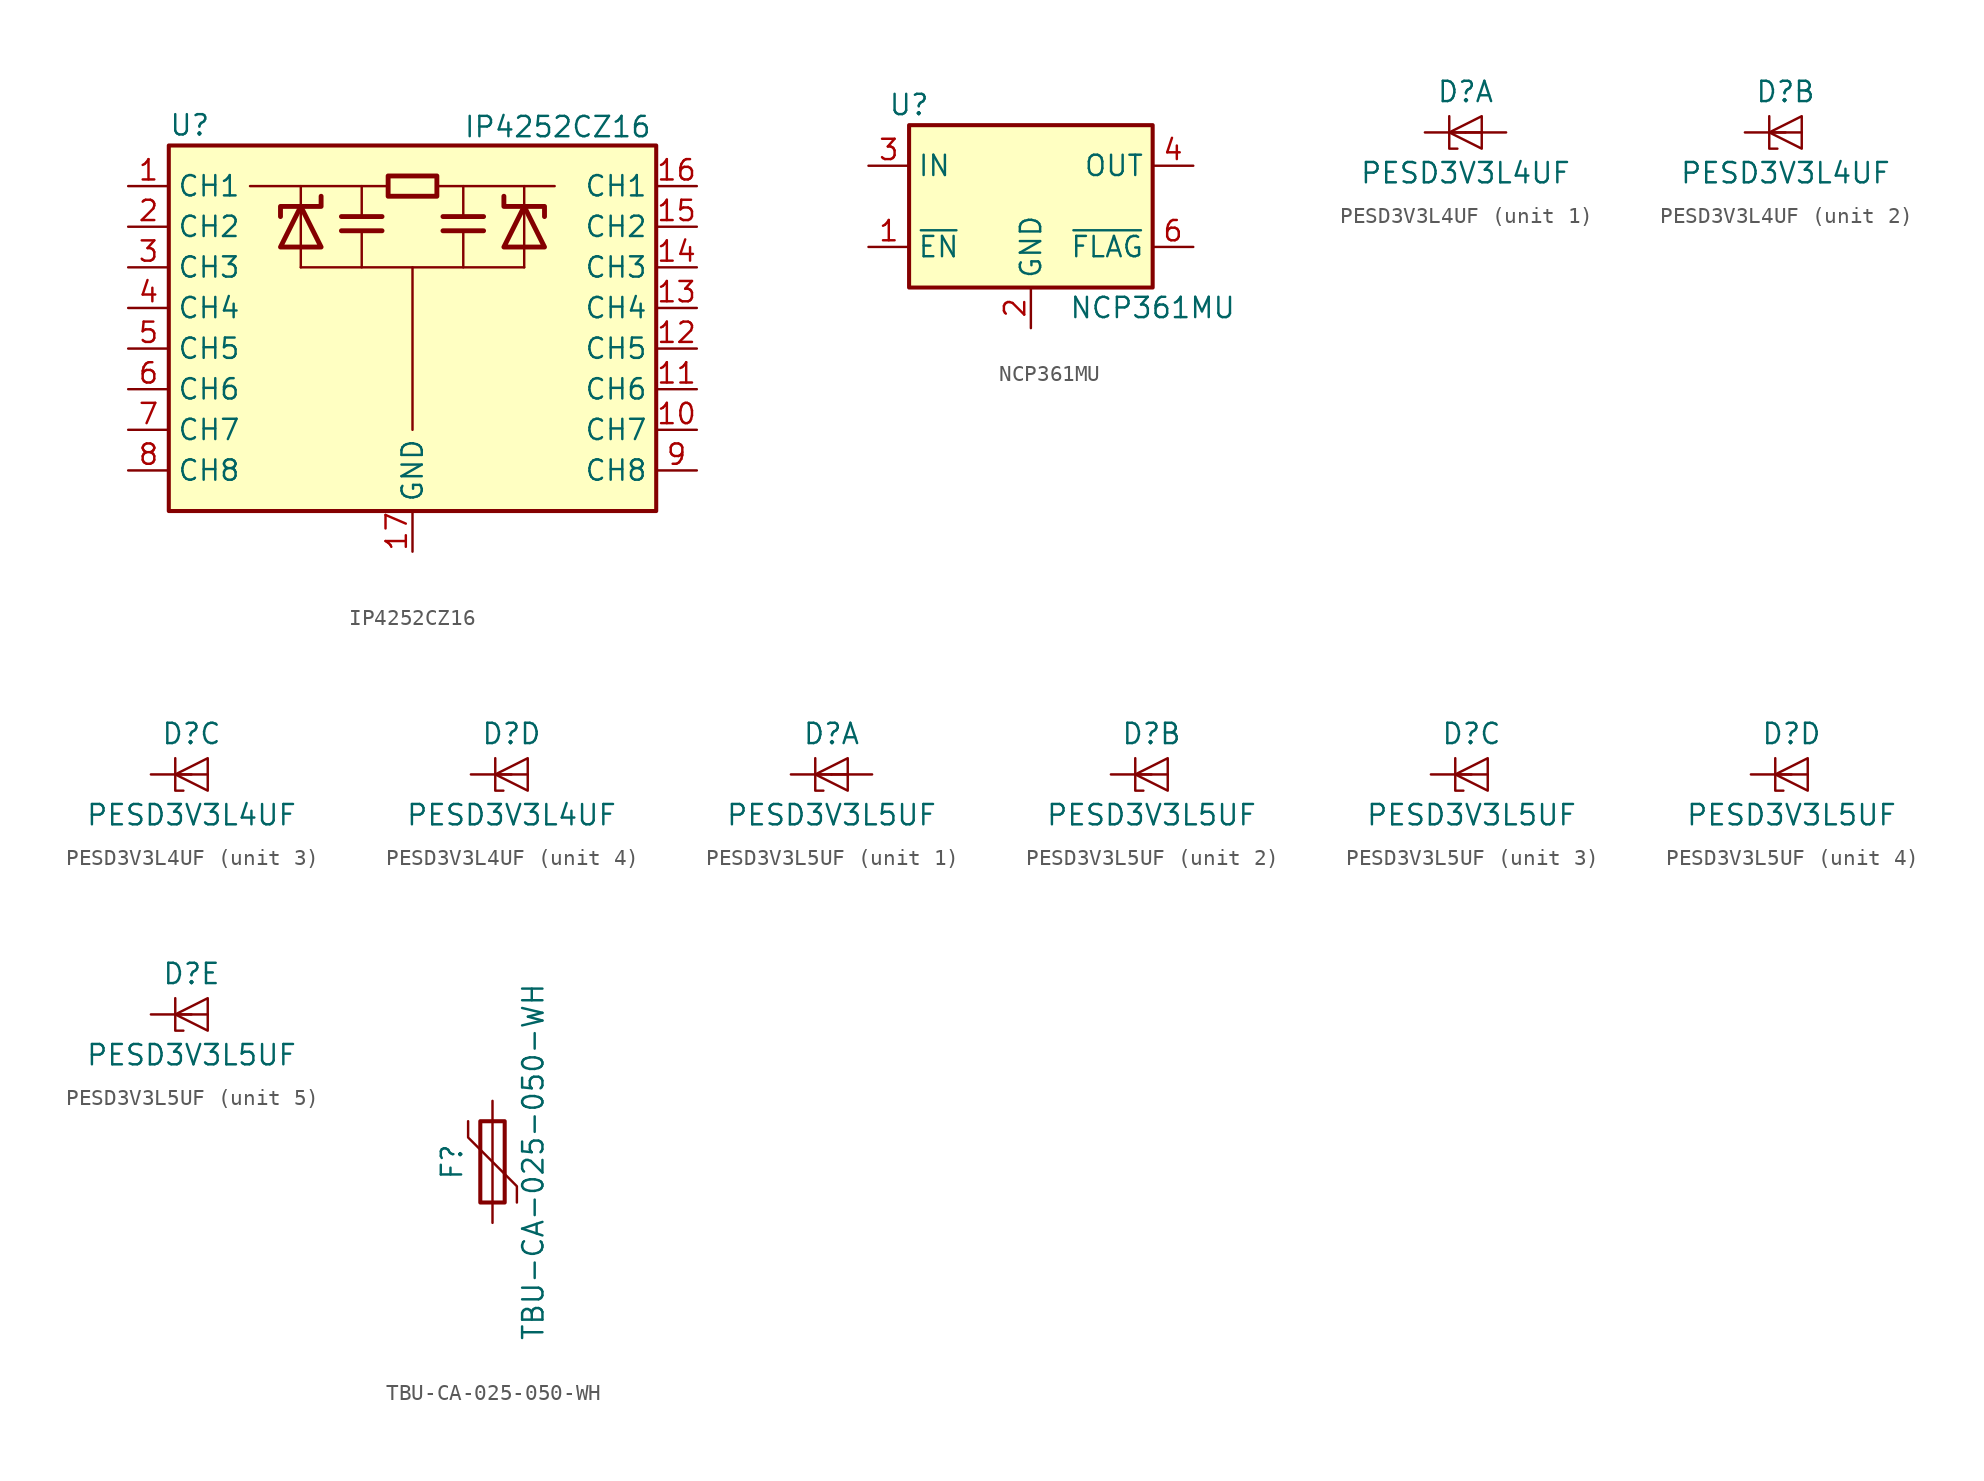
<source format=kicad_sym>
(kicad_symbol_lib
  (version 20241209)
  (generator "kicad_symbol_editor")
  (generator_version "9.0")
  (symbol "IP4252CZ16"
    (property "Reference" "U"
      (at -15.24 13.97 0)
      (effects (font (size 1.27 1.27)) (justify left)))
    (property "Value" "IP4252CZ16"
      (at 3.175 14.605 0)
      (effects (font (size 1.27 1.27)) (justify left top)))
    (symbol "IP4252CZ16_0_1"
      (rectangle (start -15.24 12.7) (end 15.24 -10.16) (stroke (width 0.254) (type default)) (fill (type background)))
      (polyline (pts (xy -6.985 8.89) (xy -6.985 10.16)) (stroke (width 0) (type default)) (fill (type none)))
      (polyline (pts (xy -6.985 6.35) (xy -6.985 8.89) (xy -6.985 5.08)) (stroke (width 0) (type default)) (fill (type none)))
      (polyline (pts (xy -6.985 5.08) (xy 6.985 5.08)) (stroke (width 0) (type default)) (fill (type none)))
      (polyline (pts (xy -3.175 10.16) (xy -3.175 8.255)) (stroke (width 0) (type default)) (fill (type none)))
      (polyline (pts (xy -3.175 7.366) (xy -3.175 5.08)) (stroke (width 0) (type default)) (fill (type none)))
      (polyline (pts (xy -1.524 10.16) (xy -10.16 10.16)) (stroke (width 0) (type default)) (fill (type none)))
      (polyline (pts (xy 0 5.08) (xy 0 -5.08)) (stroke (width 0) (type default)) (fill (type none)))
      (polyline (pts (xy 1.524 10.16) (xy 8.89 10.16)) (stroke (width 0) (type default)) (fill (type none)))
      (polyline (pts (xy 3.175 10.16) (xy 3.175 8.255)) (stroke (width 0) (type default)) (fill (type none)))
      (polyline (pts (xy 3.175 7.366) (xy 3.175 5.08)) (stroke (width 0) (type default)) (fill (type none)))
      (polyline (pts (xy 6.985 8.89) (xy 6.985 10.16)) (stroke (width 0) (type default)) (fill (type none)))
      (polyline (pts (xy 6.985 6.35) (xy 6.985 8.89) (xy 6.985 5.08)) (stroke (width 0) (type default)) (fill (type none))))
    (symbol "IP4252CZ16_1_1"
      (polyline (pts (xy -6.985 8.89) (xy -5.715 6.35) (xy -8.255 6.35) (xy -6.985 8.89)) (stroke (width 0.305) (type default)) (fill (type none)))
      (polyline (pts (xy -5.715 9.525) (xy -5.715 8.89) (xy -8.255 8.89) (xy -8.255 8.255)) (stroke (width 0.305) (type default)) (fill (type none)))
      (polyline (pts (xy -4.445 8.255) (xy -1.905 8.255)) (stroke (width 0.305) (type default)) (fill (type none)))
      (polyline (pts (xy -1.905 7.366) (xy -4.445 7.366)) (stroke (width 0.305) (type default)) (fill (type none)))
      (polyline (pts (xy -1.524 10.16) (xy -1.524 9.525) (xy 1.524 9.525) (xy 1.524 10.795) (xy -1.524 10.795) (xy -1.524 10.16)) (stroke (width 0.305) (type default)) (fill (type none)))
      (polyline (pts (xy 1.905 8.255) (xy 4.445 8.255)) (stroke (width 0.305) (type default)) (fill (type none)))
      (polyline (pts (xy 4.445 7.366) (xy 1.905 7.366)) (stroke (width 0.305) (type default)) (fill (type none)))
      (polyline (pts (xy 5.715 9.525) (xy 5.715 8.89) (xy 8.255 8.89) (xy 8.255 8.255)) (stroke (width 0.305) (type default)) (fill (type none)))
      (polyline (pts (xy 6.985 8.89) (xy 5.715 6.35) (xy 8.255 6.35) (xy 6.985 8.89)) (stroke (width 0.305) (type default)) (fill (type none)))
      (pin passive line (at -17.78 10.16 0) (length 2.54) (name "CH1" (effects (font (size 1.27 1.27)))) (number "1" (effects (font (size 1.27 1.27)))))
      (pin passive line (at -17.78 7.62 0) (length 2.54) (name "CH2" (effects (font (size 1.27 1.27)))) (number "2" (effects (font (size 1.27 1.27)))))
      (pin passive line (at -17.78 5.08 0) (length 2.54) (name "CH3" (effects (font (size 1.27 1.27)))) (number "3" (effects (font (size 1.27 1.27)))))
      (pin passive line (at -17.78 2.54 0) (length 2.54) (name "CH4" (effects (font (size 1.27 1.27)))) (number "4" (effects (font (size 1.27 1.27)))))
      (pin passive line (at -17.78 0 0) (length 2.54) (name "CH5" (effects (font (size 1.27 1.27)))) (number "5" (effects (font (size 1.27 1.27)))))
      (pin passive line (at -17.78 -2.54 0) (length 2.54) (name "CH6" (effects (font (size 1.27 1.27)))) (number "6" (effects (font (size 1.27 1.27)))))
      (pin passive line (at -17.78 -5.08 0) (length 2.54) (name "CH7" (effects (font (size 1.27 1.27)))) (number "7" (effects (font (size 1.27 1.27)))))
      (pin passive line (at -17.78 -7.62 0) (length 2.54) (name "CH8" (effects (font (size 1.27 1.27)))) (number "8" (effects (font (size 1.27 1.27)))))
      (pin power_in line (at 0 -12.7 90) (length 2.54) (name "GND" (effects (font (size 1.27 1.27)))) (number "17" (effects (font (size 1.27 1.27)))))
      (pin passive line (at 17.78 10.16 180) (length 2.54) (name "CH1" (effects (font (size 1.27 1.27)))) (number "16" (effects (font (size 1.27 1.27)))))
      (pin passive line (at 17.78 7.62 180) (length 2.54) (name "CH2" (effects (font (size 1.27 1.27)))) (number "15" (effects (font (size 1.27 1.27)))))
      (pin passive line (at 17.78 5.08 180) (length 2.54) (name "CH3" (effects (font (size 1.27 1.27)))) (number "14" (effects (font (size 1.27 1.27)))))
      (pin passive line (at 17.78 2.54 180) (length 2.54) (name "CH4" (effects (font (size 1.27 1.27)))) (number "13" (effects (font (size 1.27 1.27)))))
      (pin passive line (at 17.78 0 180) (length 2.54) (name "CH5" (effects (font (size 1.27 1.27)))) (number "12" (effects (font (size 1.27 1.27)))))
      (pin passive line (at 17.78 -2.54 180) (length 2.54) (name "CH6" (effects (font (size 1.27 1.27)))) (number "11" (effects (font (size 1.27 1.27)))))
      (pin passive line (at 17.78 -5.08 180) (length 2.54) (name "CH7" (effects (font (size 1.27 1.27)))) (number "10" (effects (font (size 1.27 1.27)))))
      (pin passive line (at 17.78 -7.62 180) (length 2.54) (name "CH8" (effects (font (size 1.27 1.27)))) (number "9" (effects (font (size 1.27 1.27)))))))
  (symbol "NCP361MU"
    (property "Reference" "U"
      (at -7.62 6.35 0)
      (effects (font (size 1.27 1.27))))
    (property "Value" "NCP361MU"
      (at 7.62 -6.35 0)
      (effects (font (size 1.27 1.27))))
    (symbol "NCP361MU_0_1"
      (rectangle (start -7.62 5.08) (end 7.62 -5.08) (stroke (width 0.254) (type default)) (fill (type background))))
    (symbol "NCP361MU_1_1"
      (pin power_in line (at -10.16 2.54 0) (length 2.54) (name "IN" (effects (font (size 1.27 1.27)))) (number "3" (effects (font (size 1.27 1.27)))))
      (pin input line (at -10.16 -2.54 0) (length 2.54) (name "~{EN}" (effects (font (size 1.27 1.27)))) (number "1" (effects (font (size 1.27 1.27)))))
      (pin power_in line (at 0 -7.62 90) (length 2.54) (name "GND" (effects (font (size 1.27 1.27)))) (number "2" (effects (font (size 1.27 1.27)))))
      (pin power_out line (at 10.16 2.54 180) (length 2.54) (name "OUT" (effects (font (size 1.27 1.27)))) (number "4" (effects (font (size 1.27 1.27)))))
      (pin passive line (at 10.16 2.54 180) (length 2.54) (hide yes) (name "OUT" (effects (font (size 1.27 1.27)))) (number "5" (effects (font (size 1.27 1.27)))))
      (pin open_collector line (at 10.16 -2.54 180) (length 2.54) (name "~{FLAG}" (effects (font (size 1.27 1.27)))) (number "6" (effects (font (size 1.27 1.27)))))))
  (symbol "PESD3V3L4UF"
    (pin_numbers
      (hide yes))
    (pin_names
      (hide yes))
    (property "Reference" "D"
      (at 0 2.54 0)
      (effects (font (size 1.27 1.27))))
    (property "Value" "PESD3V3L4UF"
      (at 0 -2.54 0)
      (effects (font (size 1.27 1.27))))
    (property "ki_locked" ""
      (at 0 0 0)
      (effects (font (size 1.27 1.27))))
    (symbol "PESD3V3L4UF_0_1"
      (polyline (pts (xy -1.016 1.016) (xy -1.016 -1.016) (xy -0.508 -1.016)) (stroke (width 0) (type default)) (fill (type none)))
      (polyline (pts (xy -1.016 0) (xy 1.016 0)) (stroke (width 0) (type default)) (fill (type none)))
      (polyline (pts (xy 1.016 1.016) (xy -1.016 0) (xy 1.016 -1.016) (xy 1.016 1.016)) (stroke (width 0) (type default)) (fill (type none))))
    (symbol "PESD3V3L4UF_1_1"
      (pin passive line (at -2.54 0 0) (length 2.54) (name "K1" (effects (font (size 1.27 1.27)))) (number "1" (effects (font (size 1.27 1.27)))))
      (pin passive line (at 2.54 0 180) (length 2.54) (name "A" (effects (font (size 1.27 1.27)))) (number "2" (effects (font (size 1.27 1.27)))))
      (pin passive line (at 2.54 0 180) (length 2.54) (hide yes) (name "A" (effects (font (size 1.27 1.27)))) (number "5" (effects (font (size 1.27 1.27))))))
    (symbol "PESD3V3L4UF_2_1"
      (pin passive line (at -2.54 0 0) (length 2.54) (name "K2" (effects (font (size 1.27 1.27)))) (number "3" (effects (font (size 1.27 1.27))))))
    (symbol "PESD3V3L4UF_3_1"
      (pin passive line (at -2.54 0 0) (length 2.54) (name "K3" (effects (font (size 1.27 1.27)))) (number "4" (effects (font (size 1.27 1.27))))))
    (symbol "PESD3V3L4UF_4_1"
      (pin passive line (at -2.54 0 0) (length 2.54) (name "K4" (effects (font (size 1.27 1.27)))) (number "6" (effects (font (size 1.27 1.27)))))))
  (symbol "PESD3V3L5UF"
    (pin_numbers
      (hide yes))
    (pin_names
      (hide yes))
    (property "Reference" "D"
      (at 0 2.54 0)
      (effects (font (size 1.27 1.27))))
    (property "Value" "PESD3V3L5UF"
      (at 0 -2.54 0)
      (effects (font (size 1.27 1.27))))
    (property "ki_locked" ""
      (at 0 0 0)
      (effects (font (size 1.27 1.27))))
    (symbol "PESD3V3L5UF_0_1"
      (polyline (pts (xy -1.016 1.016) (xy -1.016 -1.016) (xy -0.508 -1.016)) (stroke (width 0) (type default)) (fill (type none)))
      (polyline (pts (xy -1.016 0) (xy 1.016 0)) (stroke (width 0) (type default)) (fill (type none)))
      (polyline (pts (xy 1.016 1.016) (xy -1.016 0) (xy 1.016 -1.016) (xy 1.016 1.016)) (stroke (width 0) (type default)) (fill (type none))))
    (symbol "PESD3V3L5UF_1_1"
      (pin passive line (at -2.54 0 0) (length 2.54) (name "K1" (effects (font (size 1.27 1.27)))) (number "1" (effects (font (size 1.27 1.27)))))
      (pin passive line (at 2.54 0 180) (length 2.54) (name "A" (effects (font (size 1.27 1.27)))) (number "2" (effects (font (size 1.27 1.27))))))
    (symbol "PESD3V3L5UF_2_1"
      (pin passive line (at -2.54 0 0) (length 2.54) (name "K2" (effects (font (size 1.27 1.27)))) (number "3" (effects (font (size 1.27 1.27))))))
    (symbol "PESD3V3L5UF_3_1"
      (pin passive line (at -2.54 0 0) (length 2.54) (name "K3" (effects (font (size 1.27 1.27)))) (number "4" (effects (font (size 1.27 1.27))))))
    (symbol "PESD3V3L5UF_4_1"
      (pin passive line (at -2.54 0 0) (length 2.54) (name "K4" (effects (font (size 1.27 1.27)))) (number "5" (effects (font (size 1.27 1.27))))))
    (symbol "PESD3V3L5UF_5_1"
      (pin passive line (at -2.54 0 0) (length 2.54) (name "K5" (effects (font (size 1.27 1.27)))) (number "6" (effects (font (size 1.27 1.27)))))))
  (symbol "TBU-CA-025-050-WH"
    (pin_numbers
      (hide yes))
    (pin_names
      (offset 0))
    (property "Reference" "F"
      (at -2.54 0 90)
      (effects (font (size 1.27 1.27))))
    (property "Value" "TBU-CA-025-050-WH"
      (at 2.54 0 90)
      (effects (font (size 1.27 1.27))))
    (symbol "TBU-CA-025-050-WH_0_1"
      (polyline (pts (xy -1.524 2.54) (xy -1.524 1.524) (xy 1.524 -1.524) (xy 1.524 -2.54)) (stroke (width 0) (type default)) (fill (type none)))
      (rectangle (start -0.762 2.54) (end 0.762 -2.54) (stroke (width 0.254) (type default)) (fill (type none)))
      (polyline (pts (xy 0 2.54) (xy 0 -2.54)) (stroke (width 0) (type default)) (fill (type none))))
    (symbol "TBU-CA-025-050-WH_1_1"
      (pin no_connect line (at -1.27 2.54 270) (length 1.27) (hide yes) (name "2" (effects (font (size 1.27 1.27)))) (number "2" (effects (font (size 1.27 1.27)))))
      (pin passive line (at 0 3.81 270) (length 1.27) (name "~" (effects (font (size 1.27 1.27)))) (number "1" (effects (font (size 1.27 1.27)))))
      (pin passive line (at 0 -3.81 90) (length 1.27) (name "~" (effects (font (size 1.27 1.27)))) (number "3" (effects (font (size 1.27 1.27))))))))
</source>
